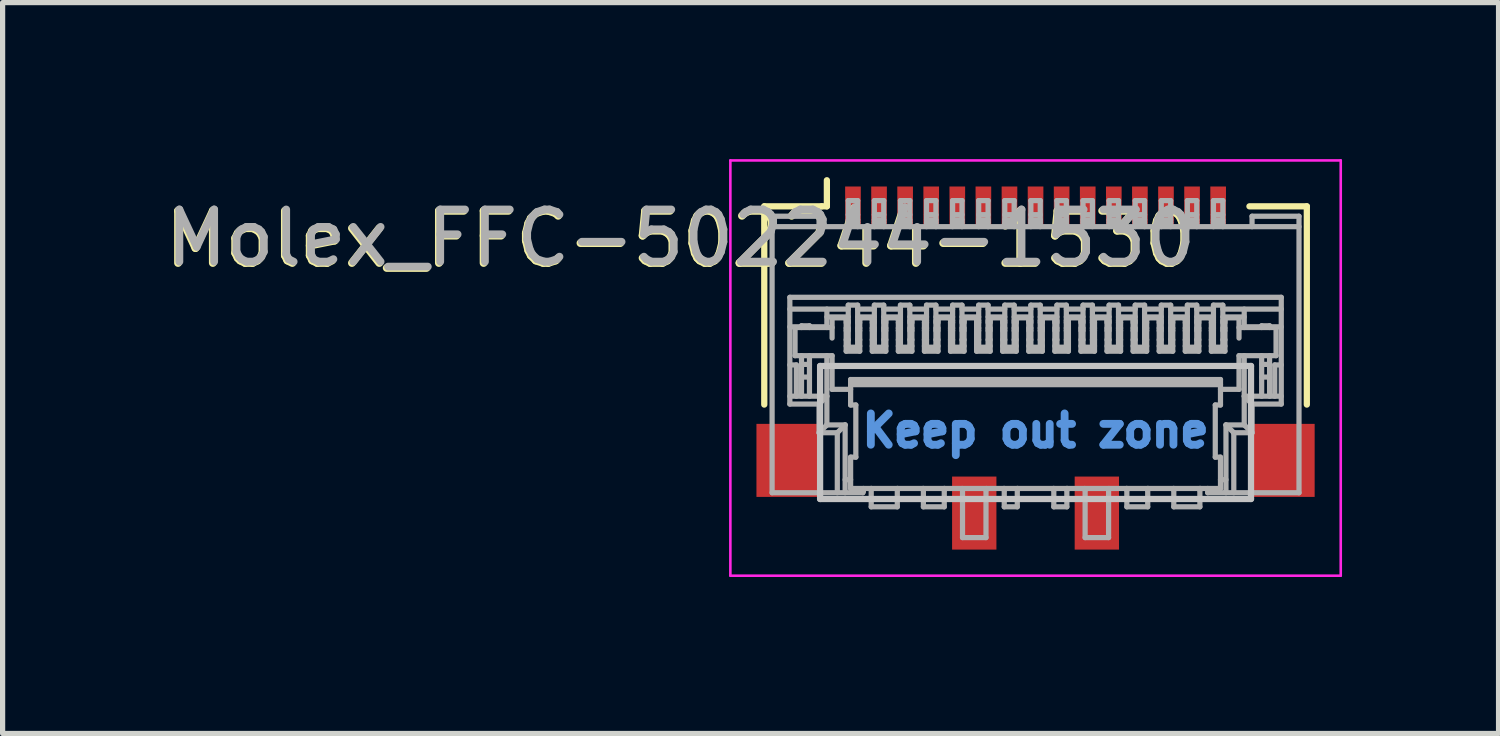
<source format=kicad_pcb>
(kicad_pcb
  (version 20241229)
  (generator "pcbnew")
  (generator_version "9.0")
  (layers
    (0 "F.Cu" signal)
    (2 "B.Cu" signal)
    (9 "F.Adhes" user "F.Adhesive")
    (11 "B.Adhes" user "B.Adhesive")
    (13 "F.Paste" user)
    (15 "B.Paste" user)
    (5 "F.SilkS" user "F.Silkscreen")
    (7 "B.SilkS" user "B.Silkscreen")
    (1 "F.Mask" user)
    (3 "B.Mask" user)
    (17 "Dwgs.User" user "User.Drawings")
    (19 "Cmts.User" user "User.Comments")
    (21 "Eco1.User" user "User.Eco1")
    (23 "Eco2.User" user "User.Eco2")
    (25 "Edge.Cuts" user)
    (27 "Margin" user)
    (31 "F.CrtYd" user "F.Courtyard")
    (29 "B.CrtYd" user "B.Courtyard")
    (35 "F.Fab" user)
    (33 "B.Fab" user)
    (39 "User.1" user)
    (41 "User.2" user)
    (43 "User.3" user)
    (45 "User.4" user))
  (footprint "Molex_FFC-502244-1530"
    (layer "F.Cu")
    (at 16.8 4.005)
    (property "Reference" "Molex_FFC-502244-1530" (at -6.818 -2.469 0) (layer "F.SilkS") (effects (font (size 1 1) (thickness 0.15))))
    (attr smd)
    (fp_line (start -5.2 -3.1) (end -4.1 -3.1) (stroke (width 0.12) (type solid)) (layer "F.SilkS"))
    (fp_line (start -5.2 -3) (end -5.2 -3.1) (stroke (width 0.12) (type solid)) (layer "F.SilkS"))
    (fp_line (start -5.2 0.7) (end -5.2 -3) (stroke (width 0.12) (type solid)) (layer "F.SilkS"))
    (fp_line (start -4.1 -3.1) (end -4 -3.1) (stroke (width 0.12) (type solid)) (layer "F.SilkS"))
    (fp_line (start -4 -3.1) (end -4 -3.6) (stroke (width 0.12) (type solid)) (layer "F.SilkS"))
    (fp_line (start 4.1 -3.1) (end 5.2 -3.1) (stroke (width 0.12) (type solid)) (layer "F.SilkS"))
    (fp_line (start 5.2 -3.1) (end 5.2 0.7) (stroke (width 0.12) (type solid)) (layer "F.SilkS"))
    (fp_line (start -4.13 -0.04) (end 4.13 -0.04) (stroke (width 0.12) (type solid)) (layer "Dwgs.User"))
    (fp_line (start -4.13 2.51) (end -4.13 -0.04) (stroke (width 0.12) (type solid)) (layer "Dwgs.User"))
    (fp_line (start 4.13 -0.04) (end 4.13 2.51) (stroke (width 0.12) (type solid)) (layer "Dwgs.User"))
    (fp_line (start 4.13 2.51) (end -4.13 2.51) (stroke (width 0.12) (type solid)) (layer "Dwgs.User"))
    (fp_line (start -5.85 -3.98) (end 5.85 -3.98) (stroke (width 0.05) (type solid)) (layer "F.CrtYd"))
    (fp_line (start -5.85 3.98) (end -5.85 -3.98) (stroke (width 0.05) (type solid)) (layer "F.CrtYd"))
    (fp_line (start 5.85 -3.98) (end 5.85 3.98) (stroke (width 0.05) (type solid)) (layer "F.CrtYd"))
    (fp_line (start 5.85 3.98) (end -5.85 3.98) (stroke (width 0.05) (type solid)) (layer "F.CrtYd"))
    (fp_line (start -5.05 -2.91) (end -5.05 2.39) (stroke (width 0.1) (type solid)) (layer "F.Fab"))
    (fp_line (start -5.05 2.39) (end -3.31 2.39) (stroke (width 0.1) (type solid)) (layer "F.Fab"))
    (fp_line (start -4.71 -1.356) (end 4.71 -1.356) (stroke (width 0.1) (type solid)) (layer "F.Fab"))
    (fp_line (start -4.71 0.54) (end -4 0.54) (stroke (width 0.1) (type solid)) (layer "F.Fab"))
    (fp_line (start -4.71 0.69) (end -4.71 -1.356) (stroke (width 0.1) (type solid)) (layer "F.Fab"))
    (fp_line (start -4.61 -0.777) (end -4.61 -0.237) (stroke (width 0.1) (type solid)) (layer "F.Fab"))
    (fp_line (start -4.61 -0.237) (end -3.9 -0.237) (stroke (width 0.1) (type solid)) (layer "F.Fab"))
    (fp_line (start -4.585 -0.06) (end -4.71 -0.06) (stroke (width 0.1) (type solid)) (layer "F.Fab"))
    (fp_line (start -4.585 0.54) (end -4.585 -0.06) (stroke (width 0.1) (type solid)) (layer "F.Fab"))
    (fp_line (start -4.486 -0.81) (end -4.486 -0.777) (stroke (width 0.1) (type solid)) (layer "F.Fab"))
    (fp_line (start -4.486 -0.79) (end -4.71 -0.79) (stroke (width 0.1) (type solid)) (layer "F.Fab"))
    (fp_line (start -4.486 -0.237) (end -4.486 0.54) (stroke (width 0.1) (type solid)) (layer "F.Fab"))
    (fp_line (start -4.334 -0.81) (end -4.486 -0.81) (stroke (width 0.1) (type solid)) (layer "F.Fab"))
    (fp_line (start -4.334 -0.777) (end -4.334 -0.81) (stroke (width 0.1) (type solid)) (layer "F.Fab"))
    (fp_line (start -4.334 -0.07) (end -4.486 -0.07) (stroke (width 0.1) (type solid)) (layer "F.Fab"))
    (fp_line (start -4.334 0.173) (end -4.486 0.173) (stroke (width 0.1) (type solid)) (layer "F.Fab"))
    (fp_line (start -4.334 0.54) (end -4.334 -0.237) (stroke (width 0.1) (type solid)) (layer "F.Fab"))
    (fp_line (start -4.15 -2.91) (end -5.05 -2.91) (stroke (width 0.1) (type solid)) (layer "F.Fab"))
    (fp_line (start -4.15 -2.71) (end -4.15 -2.91) (stroke (width 0.1) (type solid)) (layer "F.Fab"))
    (fp_line (start -4.15 0.69) (end -4.71 0.69) (stroke (width 0.1) (type solid)) (layer "F.Fab"))
    (fp_line (start -4.15 1.24) (end -4.15 0.69) (stroke (width 0.1) (type solid)) (layer "F.Fab"))
    (fp_line (start -4.15 1.24) (end -4 1.09) (stroke (width 0.1) (type solid)) (layer "F.Fab"))
    (fp_line (start -4 -1.13) (end -4 -0.777) (stroke (width 0.1) (type solid)) (layer "F.Fab"))
    (fp_line (start -4 -0.79) (end -4.334 -0.79) (stroke (width 0.1) (type solid)) (layer "F.Fab"))
    (fp_line (start -4 -0.237) (end -4 1.09) (stroke (width 0.1) (type solid)) (layer "F.Fab"))
    (fp_line (start -4 0.54) (end -4.15 0.69) (stroke (width 0.1) (type solid)) (layer "F.Fab"))
    (fp_line (start -3.9 -0.962) (end -3.9 -0.575) (stroke (width 0.1) (type solid)) (layer "F.Fab"))
    (fp_line (start -3.9 -0.777) (end -4.61 -0.777) (stroke (width 0.1) (type solid)) (layer "F.Fab"))
    (fp_line (start -3.9 -0.237) (end -3.9 0.408) (stroke (width 0.1) (type solid)) (layer "F.Fab"))
    (fp_line (start -3.9 0.408) (end -3.545 0.408) (stroke (width 0.1) (type solid)) (layer "F.Fab"))
    (fp_line (start -3.8 1.24) (end -4.15 1.24) (stroke (width 0.1) (type solid)) (layer "F.Fab"))
    (fp_line (start -3.8 1.24) (end -3.65 1.09) (stroke (width 0.1) (type solid)) (layer "F.Fab"))
    (fp_line (start -3.8 2.39) (end -3.8 1.24) (stroke (width 0.1) (type solid)) (layer "F.Fab"))
    (fp_line (start -3.65 1.09) (end -4 1.09) (stroke (width 0.1) (type solid)) (layer "F.Fab"))
    (fp_line (start -3.65 2.14) (end -3.545 2.14) (stroke (width 0.1) (type solid)) (layer "F.Fab"))
    (fp_line (start -3.65 2.39) (end -3.65 1.09) (stroke (width 0.1) (type solid)) (layer "F.Fab"))
    (fp_line (start -3.63 -0.962) (end -3.9 -0.962) (stroke (width 0.1) (type solid)) (layer "F.Fab"))
    (fp_line (start -3.63 -0.962) (end -3.63 -0.909) (stroke (width 0.1) (type solid)) (layer "F.Fab"))
    (fp_line (start -3.63 -0.872) (end -3.63 -0.323) (stroke (width 0.1) (type solid)) (layer "F.Fab"))
    (fp_line (start -3.63 -0.872) (end -3.59 -0.872) (stroke (width 0.1) (type solid)) (layer "F.Fab"))
    (fp_line (start -3.63 -0.766) (end -3.59 -0.766) (stroke (width 0.1) (type solid)) (layer "F.Fab"))
    (fp_line (start -3.63 -0.542) (end -3.59 -0.542) (stroke (width 0.1) (type solid)) (layer "F.Fab"))
    (fp_line (start -3.59 -3.21) (end -3.59 -2.71) (stroke (width 0.1) (type solid)) (layer "F.Fab"))
    (fp_line (start -3.59 -2.84) (end -3.41 -2.84) (stroke (width 0.1) (type solid)) (layer "F.Fab"))
    (fp_line (start -3.59 -1.206) (end -3.59 -0.4) (stroke (width 0.1) (type solid)) (layer "F.Fab"))
    (fp_line (start -3.59 -1.13) (end -4.71 -1.13) (stroke (width 0.1) (type solid)) (layer "F.Fab"))
    (fp_line (start -3.59 -0.98) (end -4 -0.98) (stroke (width 0.1) (type solid)) (layer "F.Fab"))
    (fp_line (start -3.59 -0.909) (end -3.63 -0.909) (stroke (width 0.1) (type solid)) (layer "F.Fab"))
    (fp_line (start -3.59 -0.719) (end -3.63 -0.719) (stroke (width 0.1) (type solid)) (layer "F.Fab"))
    (fp_line (start -3.59 -0.422) (end -3.63 -0.422) (stroke (width 0.1) (type solid)) (layer "F.Fab"))
    (fp_line (start -3.59 -0.4) (end -3.41 -0.4) (stroke (width 0.1) (type solid)) (layer "F.Fab"))
    (fp_line (start -3.545 0.22) (end -3.545 0.708) (stroke (width 0.1) (type solid)) (layer "F.Fab"))
    (fp_line (start -3.545 0.22) (end 3.545 0.22) (stroke (width 0.1) (type solid)) (layer "F.Fab"))
    (fp_line (start -3.545 0.318) (end 3.545 0.318) (stroke (width 0.1) (type solid)) (layer "F.Fab"))
    (fp_line (start -3.545 0.708) (end -3.445 0.708) (stroke (width 0.1) (type solid)) (layer "F.Fab"))
    (fp_line (start -3.545 1.708) (end -3.545 2.308) (stroke (width 0.1) (type solid)) (layer "F.Fab"))
    (fp_line (start -3.545 2.308) (end 3.545 2.308) (stroke (width 0.1) (type solid)) (layer "F.Fab"))
    (fp_line (start -3.445 0.708) (end -3.445 1.708) (stroke (width 0.1) (type solid)) (layer "F.Fab"))
    (fp_line (start -3.445 1.708) (end -3.545 1.708) (stroke (width 0.1) (type solid)) (layer "F.Fab"))
    (fp_line (start -3.41 -3.21) (end -3.59 -3.21) (stroke (width 0.1) (type solid)) (layer "F.Fab"))
    (fp_line (start -3.41 -3.21) (end -3.41 -2.71) (stroke (width 0.1) (type solid)) (layer "F.Fab"))
    (fp_line (start -3.41 -2.94) (end -3.59 -2.94) (stroke (width 0.1) (type solid)) (layer "F.Fab"))
    (fp_line (start -3.41 -2.79) (end -3.59 -2.79) (stroke (width 0.1) (type solid)) (layer "F.Fab"))
    (fp_line (start -3.41 -1.206) (end -3.59 -1.206) (stroke (width 0.1) (type solid)) (layer "F.Fab"))
    (fp_line (start -3.41 -1.13) (end -3.09 -1.13) (stroke (width 0.1) (type solid)) (layer "F.Fab"))
    (fp_line (start -3.41 -0.872) (end -3.37 -0.872) (stroke (width 0.1) (type solid)) (layer "F.Fab"))
    (fp_line (start -3.41 -0.766) (end -3.37 -0.766) (stroke (width 0.1) (type solid)) (layer "F.Fab"))
    (fp_line (start -3.41 -0.542) (end -3.37 -0.542) (stroke (width 0.1) (type solid)) (layer "F.Fab"))
    (fp_line (start -3.41 -0.4) (end -3.41 -1.206) (stroke (width 0.1) (type solid)) (layer "F.Fab"))
    (fp_line (start -3.37 -0.962) (end -3.37 -0.909) (stroke (width 0.1) (type solid)) (layer "F.Fab"))
    (fp_line (start -3.37 -0.909) (end -3.41 -0.909) (stroke (width 0.1) (type solid)) (layer "F.Fab"))
    (fp_line (start -3.37 -0.872) (end -3.37 -0.323) (stroke (width 0.1) (type solid)) (layer "F.Fab"))
    (fp_line (start -3.37 -0.719) (end -3.41 -0.719) (stroke (width 0.1) (type solid)) (layer "F.Fab"))
    (fp_line (start -3.37 -0.422) (end -3.41 -0.422) (stroke (width 0.1) (type solid)) (layer "F.Fab"))
    (fp_line (start -3.37 -0.323) (end -3.63 -0.323) (stroke (width 0.1) (type solid)) (layer "F.Fab"))
    (fp_line (start -3.3 2.359) (end -3.31 2.39) (stroke (width 0.1) (type solid)) (layer "F.Fab"))
    (fp_line (start -3.3 2.359) (end -3.3 2.308) (stroke (width 0.1) (type solid)) (layer "F.Fab"))
    (fp_line (start -3.15 2.66) (end -3.15 2.308) (stroke (width 0.1) (type solid)) (layer "F.Fab"))
    (fp_line (start -3.15 2.66) (end -2.65 2.66) (stroke (width 0.1) (type solid)) (layer "F.Fab"))
    (fp_line (start -3.13 -0.962) (end -3.37 -0.962) (stroke (width 0.1) (type solid)) (layer "F.Fab"))
    (fp_line (start -3.13 -0.962) (end -3.13 -0.909) (stroke (width 0.1) (type solid)) (layer "F.Fab"))
    (fp_line (start -3.13 -0.872) (end -3.09 -0.872) (stroke (width 0.1) (type solid)) (layer "F.Fab"))
    (fp_line (start -3.13 -0.766) (end -3.09 -0.766) (stroke (width 0.1) (type solid)) (layer "F.Fab"))
    (fp_line (start -3.13 -0.542) (end -3.09 -0.542) (stroke (width 0.1) (type solid)) (layer "F.Fab"))
    (fp_line (start -3.13 -0.323) (end -3.13 -0.872) (stroke (width 0.1) (type solid)) (layer "F.Fab"))
    (fp_line (start -3.09 -3.21) (end -3.09 -2.71) (stroke (width 0.1) (type solid)) (layer "F.Fab"))
    (fp_line (start -3.09 -2.84) (end -2.91 -2.84) (stroke (width 0.1) (type solid)) (layer "F.Fab"))
    (fp_line (start -3.09 -1.206) (end -3.09 -0.4) (stroke (width 0.1) (type solid)) (layer "F.Fab"))
    (fp_line (start -3.09 -0.98) (end -3.41 -0.98) (stroke (width 0.1) (type solid)) (layer "F.Fab"))
    (fp_line (start -3.09 -0.909) (end -3.13 -0.909) (stroke (width 0.1) (type solid)) (layer "F.Fab"))
    (fp_line (start -3.09 -0.719) (end -3.13 -0.719) (stroke (width 0.1) (type solid)) (layer "F.Fab"))
    (fp_line (start -3.09 -0.422) (end -3.13 -0.422) (stroke (width 0.1) (type solid)) (layer "F.Fab"))
    (fp_line (start -3.09 -0.4) (end -2.91 -0.4) (stroke (width 0.1) (type solid)) (layer "F.Fab"))
    (fp_line (start -2.91 -3.21) (end -3.09 -3.21) (stroke (width 0.1) (type solid)) (layer "F.Fab"))
    (fp_line (start -2.91 -3.21) (end -2.91 -2.71) (stroke (width 0.1) (type solid)) (layer "F.Fab"))
    (fp_line (start -2.91 -2.94) (end -3.09 -2.94) (stroke (width 0.1) (type solid)) (layer "F.Fab"))
    (fp_line (start -2.91 -2.79) (end -3.09 -2.79) (stroke (width 0.1) (type solid)) (layer "F.Fab"))
    (fp_line (start -2.91 -1.206) (end -3.09 -1.206) (stroke (width 0.1) (type solid)) (layer "F.Fab"))
    (fp_line (start -2.91 -1.13) (end -2.59 -1.13) (stroke (width 0.1) (type solid)) (layer "F.Fab"))
    (fp_line (start -2.91 -0.872) (end -2.87 -0.872) (stroke (width 0.1) (type solid)) (layer "F.Fab"))
    (fp_line (start -2.91 -0.766) (end -2.87 -0.766) (stroke (width 0.1) (type solid)) (layer "F.Fab"))
    (fp_line (start -2.91 -0.542) (end -2.87 -0.542) (stroke (width 0.1) (type solid)) (layer "F.Fab"))
    (fp_line (start -2.91 -0.4) (end -2.91 -1.206) (stroke (width 0.1) (type solid)) (layer "F.Fab"))
    (fp_line (start -2.87 -0.962) (end -2.87 -0.909) (stroke (width 0.1) (type solid)) (layer "F.Fab"))
    (fp_line (start -2.87 -0.909) (end -2.91 -0.909) (stroke (width 0.1) (type solid)) (layer "F.Fab"))
    (fp_line (start -2.87 -0.872) (end -2.87 -0.323) (stroke (width 0.1) (type solid)) (layer "F.Fab"))
    (fp_line (start -2.87 -0.719) (end -2.91 -0.719) (stroke (width 0.1) (type solid)) (layer "F.Fab"))
    (fp_line (start -2.87 -0.422) (end -2.91 -0.422) (stroke (width 0.1) (type solid)) (layer "F.Fab"))
    (fp_line (start -2.87 -0.323) (end -3.13 -0.323) (stroke (width 0.1) (type solid)) (layer "F.Fab"))
    (fp_line (start -2.65 2.66) (end -2.65 2.308) (stroke (width 0.1) (type solid)) (layer "F.Fab"))
    (fp_line (start -2.63 -0.962) (end -2.87 -0.962) (stroke (width 0.1) (type solid)) (layer "F.Fab"))
    (fp_line (start -2.63 -0.962) (end -2.63 -0.909) (stroke (width 0.1) (type solid)) (layer "F.Fab"))
    (fp_line (start -2.63 -0.872) (end -2.59 -0.872) (stroke (width 0.1) (type solid)) (layer "F.Fab"))
    (fp_line (start -2.63 -0.766) (end -2.59 -0.766) (stroke (width 0.1) (type solid)) (layer "F.Fab"))
    (fp_line (start -2.63 -0.542) (end -2.59 -0.542) (stroke (width 0.1) (type solid)) (layer "F.Fab"))
    (fp_line (start -2.63 -0.323) (end -2.63 -0.872) (stroke (width 0.1) (type solid)) (layer "F.Fab"))
    (fp_line (start -2.59 -3.21) (end -2.59 -2.71) (stroke (width 0.1) (type solid)) (layer "F.Fab"))
    (fp_line (start -2.59 -2.84) (end -2.41 -2.84) (stroke (width 0.1) (type solid)) (layer "F.Fab"))
    (fp_line (start -2.59 -1.206) (end -2.59 -0.4) (stroke (width 0.1) (type solid)) (layer "F.Fab"))
    (fp_line (start -2.59 -0.98) (end -2.91 -0.98) (stroke (width 0.1) (type solid)) (layer "F.Fab"))
    (fp_line (start -2.59 -0.909) (end -2.63 -0.909) (stroke (width 0.1) (type solid)) (layer "F.Fab"))
    (fp_line (start -2.59 -0.719) (end -2.63 -0.719) (stroke (width 0.1) (type solid)) (layer "F.Fab"))
    (fp_line (start -2.59 -0.422) (end -2.63 -0.422) (stroke (width 0.1) (type solid)) (layer "F.Fab"))
    (fp_line (start -2.59 -0.4) (end -2.41 -0.4) (stroke (width 0.1) (type solid)) (layer "F.Fab"))
    (fp_line (start -2.41 -3.21) (end -2.59 -3.21) (stroke (width 0.1) (type solid)) (layer "F.Fab"))
    (fp_line (start -2.41 -3.21) (end -2.41 -2.71) (stroke (width 0.1) (type solid)) (layer "F.Fab"))
    (fp_line (start -2.41 -2.94) (end -2.59 -2.94) (stroke (width 0.1) (type solid)) (layer "F.Fab"))
    (fp_line (start -2.41 -2.79) (end -2.59 -2.79) (stroke (width 0.1) (type solid)) (layer "F.Fab"))
    (fp_line (start -2.41 -1.206) (end -2.59 -1.206) (stroke (width 0.1) (type solid)) (layer "F.Fab"))
    (fp_line (start -2.41 -1.13) (end -2.09 -1.13) (stroke (width 0.1) (type solid)) (layer "F.Fab"))
    (fp_line (start -2.41 -0.872) (end -2.37 -0.872) (stroke (width 0.1) (type solid)) (layer "F.Fab"))
    (fp_line (start -2.41 -0.766) (end -2.37 -0.766) (stroke (width 0.1) (type solid)) (layer "F.Fab"))
    (fp_line (start -2.41 -0.542) (end -2.37 -0.542) (stroke (width 0.1) (type solid)) (layer "F.Fab"))
    (fp_line (start -2.41 -0.4) (end -2.41 -1.206) (stroke (width 0.1) (type solid)) (layer "F.Fab"))
    (fp_line (start -2.37 -0.962) (end -2.37 -0.909) (stroke (width 0.1) (type solid)) (layer "F.Fab"))
    (fp_line (start -2.37 -0.909) (end -2.41 -0.909) (stroke (width 0.1) (type solid)) (layer "F.Fab"))
    (fp_line (start -2.37 -0.872) (end -2.37 -0.323) (stroke (width 0.1) (type solid)) (layer "F.Fab"))
    (fp_line (start -2.37 -0.719) (end -2.41 -0.719) (stroke (width 0.1) (type solid)) (layer "F.Fab"))
    (fp_line (start -2.37 -0.422) (end -2.41 -0.422) (stroke (width 0.1) (type solid)) (layer "F.Fab"))
    (fp_line (start -2.37 -0.323) (end -2.63 -0.323) (stroke (width 0.1) (type solid)) (layer "F.Fab"))
    (fp_line (start -2.15 2.66) (end -2.15 2.308) (stroke (width 0.1) (type solid)) (layer "F.Fab"))
    (fp_line (start -2.15 2.66) (end -1.75 2.66) (stroke (width 0.1) (type solid)) (layer "F.Fab"))
    (fp_line (start -2.13 -0.962) (end -2.37 -0.962) (stroke (width 0.1) (type solid)) (layer "F.Fab"))
    (fp_line (start -2.13 -0.962) (end -2.13 -0.909) (stroke (width 0.1) (type solid)) (layer "F.Fab"))
    (fp_line (start -2.13 -0.872) (end -2.09 -0.872) (stroke (width 0.1) (type solid)) (layer "F.Fab"))
    (fp_line (start -2.13 -0.766) (end -2.09 -0.766) (stroke (width 0.1) (type solid)) (layer "F.Fab"))
    (fp_line (start -2.13 -0.542) (end -2.09 -0.542) (stroke (width 0.1) (type solid)) (layer "F.Fab"))
    (fp_line (start -2.13 -0.323) (end -2.13 -0.872) (stroke (width 0.1) (type solid)) (layer "F.Fab"))
    (fp_line (start -2.09 -3.21) (end -2.09 -2.71) (stroke (width 0.1) (type solid)) (layer "F.Fab"))
    (fp_line (start -2.09 -2.84) (end -1.91 -2.84) (stroke (width 0.1) (type solid)) (layer "F.Fab"))
    (fp_line (start -2.09 -1.206) (end -2.09 -0.4) (stroke (width 0.1) (type solid)) (layer "F.Fab"))
    (fp_line (start -2.09 -0.98) (end -2.41 -0.98) (stroke (width 0.1) (type solid)) (layer "F.Fab"))
    (fp_line (start -2.09 -0.909) (end -2.13 -0.909) (stroke (width 0.1) (type solid)) (layer "F.Fab"))
    (fp_line (start -2.09 -0.719) (end -2.13 -0.719) (stroke (width 0.1) (type solid)) (layer "F.Fab"))
    (fp_line (start -2.09 -0.422) (end -2.13 -0.422) (stroke (width 0.1) (type solid)) (layer "F.Fab"))
    (fp_line (start -2.09 -0.4) (end -1.91 -0.4) (stroke (width 0.1) (type solid)) (layer "F.Fab"))
    (fp_line (start -1.91 -3.21) (end -2.09 -3.21) (stroke (width 0.1) (type solid)) (layer "F.Fab"))
    (fp_line (start -1.91 -3.21) (end -1.91 -2.71) (stroke (width 0.1) (type solid)) (layer "F.Fab"))
    (fp_line (start -1.91 -2.94) (end -2.09 -2.94) (stroke (width 0.1) (type solid)) (layer "F.Fab"))
    (fp_line (start -1.91 -2.79) (end -2.09 -2.79) (stroke (width 0.1) (type solid)) (layer "F.Fab"))
    (fp_line (start -1.91 -1.206) (end -2.09 -1.206) (stroke (width 0.1) (type solid)) (layer "F.Fab"))
    (fp_line (start -1.91 -1.13) (end -1.59 -1.13) (stroke (width 0.1) (type solid)) (layer "F.Fab"))
    (fp_line (start -1.91 -0.872) (end -1.87 -0.872) (stroke (width 0.1) (type solid)) (layer "F.Fab"))
    (fp_line (start -1.91 -0.766) (end -1.87 -0.766) (stroke (width 0.1) (type solid)) (layer "F.Fab"))
    (fp_line (start -1.91 -0.542) (end -1.87 -0.542) (stroke (width 0.1) (type solid)) (layer "F.Fab"))
    (fp_line (start -1.91 -0.4) (end -1.91 -1.206) (stroke (width 0.1) (type solid)) (layer "F.Fab"))
    (fp_line (start -1.87 -0.962) (end -1.87 -0.909) (stroke (width 0.1) (type solid)) (layer "F.Fab"))
    (fp_line (start -1.87 -0.909) (end -1.91 -0.909) (stroke (width 0.1) (type solid)) (layer "F.Fab"))
    (fp_line (start -1.87 -0.872) (end -1.87 -0.323) (stroke (width 0.1) (type solid)) (layer "F.Fab"))
    (fp_line (start -1.87 -0.719) (end -1.91 -0.719) (stroke (width 0.1) (type solid)) (layer "F.Fab"))
    (fp_line (start -1.87 -0.422) (end -1.91 -0.422) (stroke (width 0.1) (type solid)) (layer "F.Fab"))
    (fp_line (start -1.87 -0.323) (end -2.13 -0.323) (stroke (width 0.1) (type solid)) (layer "F.Fab"))
    (fp_line (start -1.75 2.66) (end -1.75 2.308) (stroke (width 0.1) (type solid)) (layer "F.Fab"))
    (fp_line (start -1.63 -0.962) (end -1.87 -0.962) (stroke (width 0.1) (type solid)) (layer "F.Fab"))
    (fp_line (start -1.63 -0.962) (end -1.63 -0.909) (stroke (width 0.1) (type solid)) (layer "F.Fab"))
    (fp_line (start -1.63 -0.872) (end -1.59 -0.872) (stroke (width 0.1) (type solid)) (layer "F.Fab"))
    (fp_line (start -1.63 -0.766) (end -1.59 -0.766) (stroke (width 0.1) (type solid)) (layer "F.Fab"))
    (fp_line (start -1.63 -0.542) (end -1.59 -0.542) (stroke (width 0.1) (type solid)) (layer "F.Fab"))
    (fp_line (start -1.63 -0.323) (end -1.63 -0.872) (stroke (width 0.1) (type solid)) (layer "F.Fab"))
    (fp_line (start -1.59 -3.21) (end -1.59 -2.71) (stroke (width 0.1) (type solid)) (layer "F.Fab"))
    (fp_line (start -1.59 -2.84) (end -1.41 -2.84) (stroke (width 0.1) (type solid)) (layer "F.Fab"))
    (fp_line (start -1.59 -1.206) (end -1.59 -0.4) (stroke (width 0.1) (type solid)) (layer "F.Fab"))
    (fp_line (start -1.59 -0.98) (end -1.91 -0.98) (stroke (width 0.1) (type solid)) (layer "F.Fab"))
    (fp_line (start -1.59 -0.909) (end -1.63 -0.909) (stroke (width 0.1) (type solid)) (layer "F.Fab"))
    (fp_line (start -1.59 -0.719) (end -1.63 -0.719) (stroke (width 0.1) (type solid)) (layer "F.Fab"))
    (fp_line (start -1.59 -0.422) (end -1.63 -0.422) (stroke (width 0.1) (type solid)) (layer "F.Fab"))
    (fp_line (start -1.59 -0.4) (end -1.41 -0.4) (stroke (width 0.1) (type solid)) (layer "F.Fab"))
    (fp_line (start -1.41 -3.21) (end -1.59 -3.21) (stroke (width 0.1) (type solid)) (layer "F.Fab"))
    (fp_line (start -1.41 -3.21) (end -1.41 -2.71) (stroke (width 0.1) (type solid)) (layer "F.Fab"))
    (fp_line (start -1.41 -2.94) (end -1.59 -2.94) (stroke (width 0.1) (type solid)) (layer "F.Fab"))
    (fp_line (start -1.41 -2.79) (end -1.59 -2.79) (stroke (width 0.1) (type solid)) (layer "F.Fab"))
    (fp_line (start -1.41 -1.206) (end -1.59 -1.206) (stroke (width 0.1) (type solid)) (layer "F.Fab"))
    (fp_line (start -1.41 -1.13) (end -1.09 -1.13) (stroke (width 0.1) (type solid)) (layer "F.Fab"))
    (fp_line (start -1.41 -0.872) (end -1.37 -0.872) (stroke (width 0.1) (type solid)) (layer "F.Fab"))
    (fp_line (start -1.41 -0.766) (end -1.37 -0.766) (stroke (width 0.1) (type solid)) (layer "F.Fab"))
    (fp_line (start -1.41 -0.542) (end -1.37 -0.542) (stroke (width 0.1) (type solid)) (layer "F.Fab"))
    (fp_line (start -1.41 -0.4) (end -1.41 -1.206) (stroke (width 0.1) (type solid)) (layer "F.Fab"))
    (fp_line (start -1.4 3.25) (end -1.4 2.34) (stroke (width 0.1) (type solid)) (layer "F.Fab"))
    (fp_line (start -1.4 3.25) (end -0.95 3.25) (stroke (width 0.1) (type solid)) (layer "F.Fab"))
    (fp_line (start -1.37 -0.962) (end -1.37 -0.909) (stroke (width 0.1) (type solid)) (layer "F.Fab"))
    (fp_line (start -1.37 -0.909) (end -1.41 -0.909) (stroke (width 0.1) (type solid)) (layer "F.Fab"))
    (fp_line (start -1.37 -0.872) (end -1.37 -0.323) (stroke (width 0.1) (type solid)) (layer "F.Fab"))
    (fp_line (start -1.37 -0.719) (end -1.41 -0.719) (stroke (width 0.1) (type solid)) (layer "F.Fab"))
    (fp_line (start -1.37 -0.422) (end -1.41 -0.422) (stroke (width 0.1) (type solid)) (layer "F.Fab"))
    (fp_line (start -1.37 -0.323) (end -1.63 -0.323) (stroke (width 0.1) (type solid)) (layer "F.Fab"))
    (fp_line (start -1.13 -0.962) (end -1.37 -0.962) (stroke (width 0.1) (type solid)) (layer "F.Fab"))
    (fp_line (start -1.13 -0.962) (end -1.13 -0.909) (stroke (width 0.1) (type solid)) (layer "F.Fab"))
    (fp_line (start -1.13 -0.872) (end -1.09 -0.872) (stroke (width 0.1) (type solid)) (layer "F.Fab"))
    (fp_line (start -1.13 -0.766) (end -1.09 -0.766) (stroke (width 0.1) (type solid)) (layer "F.Fab"))
    (fp_line (start -1.13 -0.542) (end -1.09 -0.542) (stroke (width 0.1) (type solid)) (layer "F.Fab"))
    (fp_line (start -1.13 -0.323) (end -1.13 -0.872) (stroke (width 0.1) (type solid)) (layer "F.Fab"))
    (fp_line (start -1.09 -3.21) (end -1.09 -2.71) (stroke (width 0.1) (type solid)) (layer "F.Fab"))
    (fp_line (start -1.09 -2.84) (end -0.91 -2.84) (stroke (width 0.1) (type solid)) (layer "F.Fab"))
    (fp_line (start -1.09 -1.206) (end -1.09 -0.4) (stroke (width 0.1) (type solid)) (layer "F.Fab"))
    (fp_line (start -1.09 -0.98) (end -1.41 -0.98) (stroke (width 0.1) (type solid)) (layer "F.Fab"))
    (fp_line (start -1.09 -0.909) (end -1.13 -0.909) (stroke (width 0.1) (type solid)) (layer "F.Fab"))
    (fp_line (start -1.09 -0.719) (end -1.13 -0.719) (stroke (width 0.1) (type solid)) (layer "F.Fab"))
    (fp_line (start -1.09 -0.422) (end -1.13 -0.422) (stroke (width 0.1) (type solid)) (layer "F.Fab"))
    (fp_line (start -1.09 -0.4) (end -0.91 -0.4) (stroke (width 0.1) (type solid)) (layer "F.Fab"))
    (fp_line (start -0.95 2.34) (end -0.95 3.25) (stroke (width 0.1) (type solid)) (layer "F.Fab"))
    (fp_line (start -0.91 -3.21) (end -1.09 -3.21) (stroke (width 0.1) (type solid)) (layer "F.Fab"))
    (fp_line (start -0.91 -3.21) (end -0.91 -2.71) (stroke (width 0.1) (type solid)) (layer "F.Fab"))
    (fp_line (start -0.91 -2.94) (end -1.09 -2.94) (stroke (width 0.1) (type solid)) (layer "F.Fab"))
    (fp_line (start -0.91 -2.79) (end -1.09 -2.79) (stroke (width 0.1) (type solid)) (layer "F.Fab"))
    (fp_line (start -0.91 -1.206) (end -1.09 -1.206) (stroke (width 0.1) (type solid)) (layer "F.Fab"))
    (fp_line (start -0.91 -1.13) (end -0.59 -1.13) (stroke (width 0.1) (type solid)) (layer "F.Fab"))
    (fp_line (start -0.91 -0.872) (end -0.87 -0.872) (stroke (width 0.1) (type solid)) (layer "F.Fab"))
    (fp_line (start -0.91 -0.766) (end -0.87 -0.766) (stroke (width 0.1) (type solid)) (layer "F.Fab"))
    (fp_line (start -0.91 -0.542) (end -0.87 -0.542) (stroke (width 0.1) (type solid)) (layer "F.Fab"))
    (fp_line (start -0.91 -0.4) (end -0.91 -1.206) (stroke (width 0.1) (type solid)) (layer "F.Fab"))
    (fp_line (start -0.87 -0.962) (end -0.87 -0.909) (stroke (width 0.1) (type solid)) (layer "F.Fab"))
    (fp_line (start -0.87 -0.909) (end -0.91 -0.909) (stroke (width 0.1) (type solid)) (layer "F.Fab"))
    (fp_line (start -0.87 -0.872) (end -0.87 -0.323) (stroke (width 0.1) (type solid)) (layer "F.Fab"))
    (fp_line (start -0.87 -0.719) (end -0.91 -0.719) (stroke (width 0.1) (type solid)) (layer "F.Fab"))
    (fp_line (start -0.87 -0.422) (end -0.91 -0.422) (stroke (width 0.1) (type solid)) (layer "F.Fab"))
    (fp_line (start -0.87 -0.323) (end -1.13 -0.323) (stroke (width 0.1) (type solid)) (layer "F.Fab"))
    (fp_line (start -0.63 -0.962) (end -0.87 -0.962) (stroke (width 0.1) (type solid)) (layer "F.Fab"))
    (fp_line (start -0.63 -0.962) (end -0.63 -0.909) (stroke (width 0.1) (type solid)) (layer "F.Fab"))
    (fp_line (start -0.63 -0.872) (end -0.59 -0.872) (stroke (width 0.1) (type solid)) (layer "F.Fab"))
    (fp_line (start -0.63 -0.766) (end -0.59 -0.766) (stroke (width 0.1) (type solid)) (layer "F.Fab"))
    (fp_line (start -0.63 -0.542) (end -0.59 -0.542) (stroke (width 0.1) (type solid)) (layer "F.Fab"))
    (fp_line (start -0.63 -0.323) (end -0.63 -0.872) (stroke (width 0.1) (type solid)) (layer "F.Fab"))
    (fp_line (start -0.6 2.66) (end -0.6 2.308) (stroke (width 0.1) (type solid)) (layer "F.Fab"))
    (fp_line (start -0.6 2.66) (end -0.35 2.66) (stroke (width 0.1) (type solid)) (layer "F.Fab"))
    (fp_line (start -0.59 -3.21) (end -0.59 -2.71) (stroke (width 0.1) (type solid)) (layer "F.Fab"))
    (fp_line (start -0.59 -2.84) (end -0.41 -2.84) (stroke (width 0.1) (type solid)) (layer "F.Fab"))
    (fp_line (start -0.59 -1.206) (end -0.59 -0.4) (stroke (width 0.1) (type solid)) (layer "F.Fab"))
    (fp_line (start -0.59 -0.98) (end -0.91 -0.98) (stroke (width 0.1) (type solid)) (layer "F.Fab"))
    (fp_line (start -0.59 -0.909) (end -0.63 -0.909) (stroke (width 0.1) (type solid)) (layer "F.Fab"))
    (fp_line (start -0.59 -0.719) (end -0.63 -0.719) (stroke (width 0.1) (type solid)) (layer "F.Fab"))
    (fp_line (start -0.59 -0.422) (end -0.63 -0.422) (stroke (width 0.1) (type solid)) (layer "F.Fab"))
    (fp_line (start -0.59 -0.4) (end -0.41 -0.4) (stroke (width 0.1) (type solid)) (layer "F.Fab"))
    (fp_line (start -0.41 -3.21) (end -0.59 -3.21) (stroke (width 0.1) (type solid)) (layer "F.Fab"))
    (fp_line (start -0.41 -3.21) (end -0.41 -2.71) (stroke (width 0.1) (type solid)) (layer "F.Fab"))
    (fp_line (start -0.41 -2.94) (end -0.59 -2.94) (stroke (width 0.1) (type solid)) (layer "F.Fab"))
    (fp_line (start -0.41 -2.79) (end -0.59 -2.79) (stroke (width 0.1) (type solid)) (layer "F.Fab"))
    (fp_line (start -0.41 -1.206) (end -0.59 -1.206) (stroke (width 0.1) (type solid)) (layer "F.Fab"))
    (fp_line (start -0.41 -1.13) (end -0.09 -1.13) (stroke (width 0.1) (type solid)) (layer "F.Fab"))
    (fp_line (start -0.41 -0.872) (end -0.37 -0.872) (stroke (width 0.1) (type solid)) (layer "F.Fab"))
    (fp_line (start -0.41 -0.766) (end -0.37 -0.766) (stroke (width 0.1) (type solid)) (layer "F.Fab"))
    (fp_line (start -0.41 -0.542) (end -0.37 -0.542) (stroke (width 0.1) (type solid)) (layer "F.Fab"))
    (fp_line (start -0.41 -0.4) (end -0.41 -1.206) (stroke (width 0.1) (type solid)) (layer "F.Fab"))
    (fp_line (start -0.37 -0.962) (end -0.37 -0.909) (stroke (width 0.1) (type solid)) (layer "F.Fab"))
    (fp_line (start -0.37 -0.909) (end -0.41 -0.909) (stroke (width 0.1) (type solid)) (layer "F.Fab"))
    (fp_line (start -0.37 -0.872) (end -0.37 -0.323) (stroke (width 0.1) (type solid)) (layer "F.Fab"))
    (fp_line (start -0.37 -0.719) (end -0.41 -0.719) (stroke (width 0.1) (type solid)) (layer "F.Fab"))
    (fp_line (start -0.37 -0.422) (end -0.41 -0.422) (stroke (width 0.1) (type solid)) (layer "F.Fab"))
    (fp_line (start -0.37 -0.323) (end -0.63 -0.323) (stroke (width 0.1) (type solid)) (layer "F.Fab"))
    (fp_line (start -0.35 2.66) (end -0.35 2.308) (stroke (width 0.1) (type solid)) (layer "F.Fab"))
    (fp_line (start -0.13 -0.962) (end -0.37 -0.962) (stroke (width 0.1) (type solid)) (layer "F.Fab"))
    (fp_line (start -0.13 -0.962) (end -0.13 -0.909) (stroke (width 0.1) (type solid)) (layer "F.Fab"))
    (fp_line (start -0.13 -0.872) (end -0.09 -0.872) (stroke (width 0.1) (type solid)) (layer "F.Fab"))
    (fp_line (start -0.13 -0.766) (end -0.09 -0.766) (stroke (width 0.1) (type solid)) (layer "F.Fab"))
    (fp_line (start -0.13 -0.542) (end -0.09 -0.542) (stroke (width 0.1) (type solid)) (layer "F.Fab"))
    (fp_line (start -0.13 -0.323) (end -0.13 -0.872) (stroke (width 0.1) (type solid)) (layer "F.Fab"))
    (fp_line (start -0.09 -3.21) (end -0.09 -2.71) (stroke (width 0.1) (type solid)) (layer "F.Fab"))
    (fp_line (start -0.09 -2.84) (end 0.09 -2.84) (stroke (width 0.1) (type solid)) (layer "F.Fab"))
    (fp_line (start -0.09 -1.206) (end -0.09 -0.4) (stroke (width 0.1) (type solid)) (layer "F.Fab"))
    (fp_line (start -0.09 -0.98) (end -0.41 -0.98) (stroke (width 0.1) (type solid)) (layer "F.Fab"))
    (fp_line (start -0.09 -0.909) (end -0.13 -0.909) (stroke (width 0.1) (type solid)) (layer "F.Fab"))
    (fp_line (start -0.09 -0.719) (end -0.13 -0.719) (stroke (width 0.1) (type solid)) (layer "F.Fab"))
    (fp_line (start -0.09 -0.422) (end -0.13 -0.422) (stroke (width 0.1) (type solid)) (layer "F.Fab"))
    (fp_line (start -0.09 -0.4) (end 0.09 -0.4) (stroke (width 0.1) (type solid)) (layer "F.Fab"))
    (fp_line (start 0.09 -3.21) (end -0.09 -3.21) (stroke (width 0.1) (type solid)) (layer "F.Fab"))
    (fp_line (start 0.09 -3.21) (end 0.09 -2.71) (stroke (width 0.1) (type solid)) (layer "F.Fab"))
    (fp_line (start 0.09 -2.94) (end -0.09 -2.94) (stroke (width 0.1) (type solid)) (layer "F.Fab"))
    (fp_line (start 0.09 -2.79) (end -0.09 -2.79) (stroke (width 0.1) (type solid)) (layer "F.Fab"))
    (fp_line (start 0.09 -1.206) (end -0.09 -1.206) (stroke (width 0.1) (type solid)) (layer "F.Fab"))
    (fp_line (start 0.09 -1.13) (end 0.41 -1.13) (stroke (width 0.1) (type solid)) (layer "F.Fab"))
    (fp_line (start 0.09 -0.872) (end 0.13 -0.872) (stroke (width 0.1) (type solid)) (layer "F.Fab"))
    (fp_line (start 0.09 -0.766) (end 0.13 -0.766) (stroke (width 0.1) (type solid)) (layer "F.Fab"))
    (fp_line (start 0.09 -0.542) (end 0.13 -0.542) (stroke (width 0.1) (type solid)) (layer "F.Fab"))
    (fp_line (start 0.09 -0.4) (end 0.09 -1.206) (stroke (width 0.1) (type solid)) (layer "F.Fab"))
    (fp_line (start 0.13 -0.962) (end 0.13 -0.909) (stroke (width 0.1) (type solid)) (layer "F.Fab"))
    (fp_line (start 0.13 -0.909) (end 0.09 -0.909) (stroke (width 0.1) (type solid)) (layer "F.Fab"))
    (fp_line (start 0.13 -0.872) (end 0.13 -0.323) (stroke (width 0.1) (type solid)) (layer "F.Fab"))
    (fp_line (start 0.13 -0.719) (end 0.09 -0.719) (stroke (width 0.1) (type solid)) (layer "F.Fab"))
    (fp_line (start 0.13 -0.422) (end 0.09 -0.422) (stroke (width 0.1) (type solid)) (layer "F.Fab"))
    (fp_line (start 0.13 -0.323) (end -0.13 -0.323) (stroke (width 0.1) (type solid)) (layer "F.Fab"))
    (fp_line (start 0.35 2.66) (end 0.35 2.308) (stroke (width 0.1) (type solid)) (layer "F.Fab"))
    (fp_line (start 0.35 2.66) (end 0.6 2.66) (stroke (width 0.1) (type solid)) (layer "F.Fab"))
    (fp_line (start 0.37 -0.962) (end 0.13 -0.962) (stroke (width 0.1) (type solid)) (layer "F.Fab"))
    (fp_line (start 0.37 -0.962) (end 0.37 -0.909) (stroke (width 0.1) (type solid)) (layer "F.Fab"))
    (fp_line (start 0.37 -0.872) (end 0.41 -0.872) (stroke (width 0.1) (type solid)) (layer "F.Fab"))
    (fp_line (start 0.37 -0.766) (end 0.41 -0.766) (stroke (width 0.1) (type solid)) (layer "F.Fab"))
    (fp_line (start 0.37 -0.542) (end 0.41 -0.542) (stroke (width 0.1) (type solid)) (layer "F.Fab"))
    (fp_line (start 0.37 -0.323) (end 0.37 -0.872) (stroke (width 0.1) (type solid)) (layer "F.Fab"))
    (fp_line (start 0.41 -3.21) (end 0.41 -2.71) (stroke (width 0.1) (type solid)) (layer "F.Fab"))
    (fp_line (start 0.41 -2.84) (end 0.59 -2.84) (stroke (width 0.1) (type solid)) (layer "F.Fab"))
    (fp_line (start 0.41 -1.206) (end 0.41 -0.4) (stroke (width 0.1) (type solid)) (layer "F.Fab"))
    (fp_line (start 0.41 -0.98) (end 0.09 -0.98) (stroke (width 0.1) (type solid)) (layer "F.Fab"))
    (fp_line (start 0.41 -0.909) (end 0.37 -0.909) (stroke (width 0.1) (type solid)) (layer "F.Fab"))
    (fp_line (start 0.41 -0.719) (end 0.37 -0.719) (stroke (width 0.1) (type solid)) (layer "F.Fab"))
    (fp_line (start 0.41 -0.422) (end 0.37 -0.422) (stroke (width 0.1) (type solid)) (layer "F.Fab"))
    (fp_line (start 0.41 -0.4) (end 0.59 -0.4) (stroke (width 0.1) (type solid)) (layer "F.Fab"))
    (fp_line (start 0.59 -3.21) (end 0.41 -3.21) (stroke (width 0.1) (type solid)) (layer "F.Fab"))
    (fp_line (start 0.59 -3.21) (end 0.59 -2.71) (stroke (width 0.1) (type solid)) (layer "F.Fab"))
    (fp_line (start 0.59 -2.94) (end 0.41 -2.94) (stroke (width 0.1) (type solid)) (layer "F.Fab"))
    (fp_line (start 0.59 -2.79) (end 0.41 -2.79) (stroke (width 0.1) (type solid)) (layer "F.Fab"))
    (fp_line (start 0.59 -1.206) (end 0.41 -1.206) (stroke (width 0.1) (type solid)) (layer "F.Fab"))
    (fp_line (start 0.59 -1.13) (end 0.91 -1.13) (stroke (width 0.1) (type solid)) (layer "F.Fab"))
    (fp_line (start 0.59 -0.872) (end 0.63 -0.872) (stroke (width 0.1) (type solid)) (layer "F.Fab"))
    (fp_line (start 0.59 -0.766) (end 0.63 -0.766) (stroke (width 0.1) (type solid)) (layer "F.Fab"))
    (fp_line (start 0.59 -0.542) (end 0.63 -0.542) (stroke (width 0.1) (type solid)) (layer "F.Fab"))
    (fp_line (start 0.59 -0.4) (end 0.59 -1.206) (stroke (width 0.1) (type solid)) (layer "F.Fab"))
    (fp_line (start 0.6 2.66) (end 0.6 2.308) (stroke (width 0.1) (type solid)) (layer "F.Fab"))
    (fp_line (start 0.63 -0.962) (end 0.63 -0.909) (stroke (width 0.1) (type solid)) (layer "F.Fab"))
    (fp_line (start 0.63 -0.909) (end 0.59 -0.909) (stroke (width 0.1) (type solid)) (layer "F.Fab"))
    (fp_line (start 0.63 -0.872) (end 0.63 -0.323) (stroke (width 0.1) (type solid)) (layer "F.Fab"))
    (fp_line (start 0.63 -0.719) (end 0.59 -0.719) (stroke (width 0.1) (type solid)) (layer "F.Fab"))
    (fp_line (start 0.63 -0.422) (end 0.59 -0.422) (stroke (width 0.1) (type solid)) (layer "F.Fab"))
    (fp_line (start 0.63 -0.323) (end 0.37 -0.323) (stroke (width 0.1) (type solid)) (layer "F.Fab"))
    (fp_line (start 0.87 -0.962) (end 0.63 -0.962) (stroke (width 0.1) (type solid)) (layer "F.Fab"))
    (fp_line (start 0.87 -0.962) (end 0.87 -0.909) (stroke (width 0.1) (type solid)) (layer "F.Fab"))
    (fp_line (start 0.87 -0.872) (end 0.91 -0.872) (stroke (width 0.1) (type solid)) (layer "F.Fab"))
    (fp_line (start 0.87 -0.766) (end 0.91 -0.766) (stroke (width 0.1) (type solid)) (layer "F.Fab"))
    (fp_line (start 0.87 -0.542) (end 0.91 -0.542) (stroke (width 0.1) (type solid)) (layer "F.Fab"))
    (fp_line (start 0.87 -0.323) (end 0.87 -0.872) (stroke (width 0.1) (type solid)) (layer "F.Fab"))
    (fp_line (start 0.91 -3.21) (end 0.91 -2.71) (stroke (width 0.1) (type solid)) (layer "F.Fab"))
    (fp_line (start 0.91 -2.84) (end 1.09 -2.84) (stroke (width 0.1) (type solid)) (layer "F.Fab"))
    (fp_line (start 0.91 -1.206) (end 0.91 -0.4) (stroke (width 0.1) (type solid)) (layer "F.Fab"))
    (fp_line (start 0.91 -0.98) (end 0.59 -0.98) (stroke (width 0.1) (type solid)) (layer "F.Fab"))
    (fp_line (start 0.91 -0.909) (end 0.87 -0.909) (stroke (width 0.1) (type solid)) (layer "F.Fab"))
    (fp_line (start 0.91 -0.719) (end 0.87 -0.719) (stroke (width 0.1) (type solid)) (layer "F.Fab"))
    (fp_line (start 0.91 -0.422) (end 0.87 -0.422) (stroke (width 0.1) (type solid)) (layer "F.Fab"))
    (fp_line (start 0.91 -0.4) (end 1.09 -0.4) (stroke (width 0.1) (type solid)) (layer "F.Fab"))
    (fp_line (start 0.95 3.25) (end 0.95 2.34) (stroke (width 0.1) (type solid)) (layer "F.Fab"))
    (fp_line (start 0.95 3.25) (end 1.4 3.25) (stroke (width 0.1) (type solid)) (layer "F.Fab"))
    (fp_line (start 1.09 -3.21) (end 0.91 -3.21) (stroke (width 0.1) (type solid)) (layer "F.Fab"))
    (fp_line (start 1.09 -3.21) (end 1.09 -2.71) (stroke (width 0.1) (type solid)) (layer "F.Fab"))
    (fp_line (start 1.09 -2.94) (end 0.91 -2.94) (stroke (width 0.1) (type solid)) (layer "F.Fab"))
    (fp_line (start 1.09 -2.79) (end 0.91 -2.79) (stroke (width 0.1) (type solid)) (layer "F.Fab"))
    (fp_line (start 1.09 -1.206) (end 0.91 -1.206) (stroke (width 0.1) (type solid)) (layer "F.Fab"))
    (fp_line (start 1.09 -1.13) (end 1.41 -1.13) (stroke (width 0.1) (type solid)) (layer "F.Fab"))
    (fp_line (start 1.09 -0.872) (end 1.13 -0.872) (stroke (width 0.1) (type solid)) (layer "F.Fab"))
    (fp_line (start 1.09 -0.766) (end 1.13 -0.766) (stroke (width 0.1) (type solid)) (layer "F.Fab"))
    (fp_line (start 1.09 -0.542) (end 1.13 -0.542) (stroke (width 0.1) (type solid)) (layer "F.Fab"))
    (fp_line (start 1.09 -0.4) (end 1.09 -1.206) (stroke (width 0.1) (type solid)) (layer "F.Fab"))
    (fp_line (start 1.13 -0.962) (end 1.13 -0.909) (stroke (width 0.1) (type solid)) (layer "F.Fab"))
    (fp_line (start 1.13 -0.909) (end 1.09 -0.909) (stroke (width 0.1) (type solid)) (layer "F.Fab"))
    (fp_line (start 1.13 -0.872) (end 1.13 -0.323) (stroke (width 0.1) (type solid)) (layer "F.Fab"))
    (fp_line (start 1.13 -0.719) (end 1.09 -0.719) (stroke (width 0.1) (type solid)) (layer "F.Fab"))
    (fp_line (start 1.13 -0.422) (end 1.09 -0.422) (stroke (width 0.1) (type solid)) (layer "F.Fab"))
    (fp_line (start 1.13 -0.323) (end 0.87 -0.323) (stroke (width 0.1) (type solid)) (layer "F.Fab"))
    (fp_line (start 1.37 -0.962) (end 1.13 -0.962) (stroke (width 0.1) (type solid)) (layer "F.Fab"))
    (fp_line (start 1.37 -0.962) (end 1.37 -0.909) (stroke (width 0.1) (type solid)) (layer "F.Fab"))
    (fp_line (start 1.37 -0.872) (end 1.41 -0.872) (stroke (width 0.1) (type solid)) (layer "F.Fab"))
    (fp_line (start 1.37 -0.766) (end 1.41 -0.766) (stroke (width 0.1) (type solid)) (layer "F.Fab"))
    (fp_line (start 1.37 -0.542) (end 1.41 -0.542) (stroke (width 0.1) (type solid)) (layer "F.Fab"))
    (fp_line (start 1.37 -0.323) (end 1.37 -0.872) (stroke (width 0.1) (type solid)) (layer "F.Fab"))
    (fp_line (start 1.4 2.34) (end 1.4 3.25) (stroke (width 0.1) (type solid)) (layer "F.Fab"))
    (fp_line (start 1.41 -3.21) (end 1.41 -2.71) (stroke (width 0.1) (type solid)) (layer "F.Fab"))
    (fp_line (start 1.41 -2.84) (end 1.59 -2.84) (stroke (width 0.1) (type solid)) (layer "F.Fab"))
    (fp_line (start 1.41 -1.206) (end 1.41 -0.4) (stroke (width 0.1) (type solid)) (layer "F.Fab"))
    (fp_line (start 1.41 -0.98) (end 1.09 -0.98) (stroke (width 0.1) (type solid)) (layer "F.Fab"))
    (fp_line (start 1.41 -0.909) (end 1.37 -0.909) (stroke (width 0.1) (type solid)) (layer "F.Fab"))
    (fp_line (start 1.41 -0.719) (end 1.37 -0.719) (stroke (width 0.1) (type solid)) (layer "F.Fab"))
    (fp_line (start 1.41 -0.422) (end 1.37 -0.422) (stroke (width 0.1) (type solid)) (layer "F.Fab"))
    (fp_line (start 1.41 -0.4) (end 1.59 -0.4) (stroke (width 0.1) (type solid)) (layer "F.Fab"))
    (fp_line (start 1.59 -3.21) (end 1.41 -3.21) (stroke (width 0.1) (type solid)) (layer "F.Fab"))
    (fp_line (start 1.59 -3.21) (end 1.59 -2.71) (stroke (width 0.1) (type solid)) (layer "F.Fab"))
    (fp_line (start 1.59 -2.94) (end 1.41 -2.94) (stroke (width 0.1) (type solid)) (layer "F.Fab"))
    (fp_line (start 1.59 -2.79) (end 1.41 -2.79) (stroke (width 0.1) (type solid)) (layer "F.Fab"))
    (fp_line (start 1.59 -1.206) (end 1.41 -1.206) (stroke (width 0.1) (type solid)) (layer "F.Fab"))
    (fp_line (start 1.59 -1.13) (end 1.91 -1.13) (stroke (width 0.1) (type solid)) (layer "F.Fab"))
    (fp_line (start 1.59 -0.872) (end 1.63 -0.872) (stroke (width 0.1) (type solid)) (layer "F.Fab"))
    (fp_line (start 1.59 -0.766) (end 1.63 -0.766) (stroke (width 0.1) (type solid)) (layer "F.Fab"))
    (fp_line (start 1.59 -0.542) (end 1.63 -0.542) (stroke (width 0.1) (type solid)) (layer "F.Fab"))
    (fp_line (start 1.59 -0.4) (end 1.59 -1.206) (stroke (width 0.1) (type solid)) (layer "F.Fab"))
    (fp_line (start 1.63 -0.962) (end 1.63 -0.909) (stroke (width 0.1) (type solid)) (layer "F.Fab"))
    (fp_line (start 1.63 -0.909) (end 1.59 -0.909) (stroke (width 0.1) (type solid)) (layer "F.Fab"))
    (fp_line (start 1.63 -0.872) (end 1.63 -0.323) (stroke (width 0.1) (type solid)) (layer "F.Fab"))
    (fp_line (start 1.63 -0.719) (end 1.59 -0.719) (stroke (width 0.1) (type solid)) (layer "F.Fab"))
    (fp_line (start 1.63 -0.422) (end 1.59 -0.422) (stroke (width 0.1) (type solid)) (layer "F.Fab"))
    (fp_line (start 1.63 -0.323) (end 1.37 -0.323) (stroke (width 0.1) (type solid)) (layer "F.Fab"))
    (fp_line (start 1.75 2.66) (end 1.75 2.308) (stroke (width 0.1) (type solid)) (layer "F.Fab"))
    (fp_line (start 1.75 2.66) (end 2.15 2.66) (stroke (width 0.1) (type solid)) (layer "F.Fab"))
    (fp_line (start 1.87 -0.962) (end 1.63 -0.962) (stroke (width 0.1) (type solid)) (layer "F.Fab"))
    (fp_line (start 1.87 -0.962) (end 1.87 -0.909) (stroke (width 0.1) (type solid)) (layer "F.Fab"))
    (fp_line (start 1.87 -0.872) (end 1.91 -0.872) (stroke (width 0.1) (type solid)) (layer "F.Fab"))
    (fp_line (start 1.87 -0.766) (end 1.91 -0.766) (stroke (width 0.1) (type solid)) (layer "F.Fab"))
    (fp_line (start 1.87 -0.542) (end 1.91 -0.542) (stroke (width 0.1) (type solid)) (layer "F.Fab"))
    (fp_line (start 1.87 -0.323) (end 1.87 -0.872) (stroke (width 0.1) (type solid)) (layer "F.Fab"))
    (fp_line (start 1.91 -3.21) (end 1.91 -2.71) (stroke (width 0.1) (type solid)) (layer "F.Fab"))
    (fp_line (start 1.91 -2.84) (end 2.09 -2.84) (stroke (width 0.1) (type solid)) (layer "F.Fab"))
    (fp_line (start 1.91 -1.206) (end 1.91 -0.4) (stroke (width 0.1) (type solid)) (layer "F.Fab"))
    (fp_line (start 1.91 -0.98) (end 1.59 -0.98) (stroke (width 0.1) (type solid)) (layer "F.Fab"))
    (fp_line (start 1.91 -0.909) (end 1.87 -0.909) (stroke (width 0.1) (type solid)) (layer "F.Fab"))
    (fp_line (start 1.91 -0.719) (end 1.87 -0.719) (stroke (width 0.1) (type solid)) (layer "F.Fab"))
    (fp_line (start 1.91 -0.422) (end 1.87 -0.422) (stroke (width 0.1) (type solid)) (layer "F.Fab"))
    (fp_line (start 1.91 -0.4) (end 2.09 -0.4) (stroke (width 0.1) (type solid)) (layer "F.Fab"))
    (fp_line (start 2.09 -3.21) (end 1.91 -3.21) (stroke (width 0.1) (type solid)) (layer "F.Fab"))
    (fp_line (start 2.09 -3.21) (end 2.09 -2.71) (stroke (width 0.1) (type solid)) (layer "F.Fab"))
    (fp_line (start 2.09 -2.94) (end 1.91 -2.94) (stroke (width 0.1) (type solid)) (layer "F.Fab"))
    (fp_line (start 2.09 -2.79) (end 1.91 -2.79) (stroke (width 0.1) (type solid)) (layer "F.Fab"))
    (fp_line (start 2.09 -1.206) (end 1.91 -1.206) (stroke (width 0.1) (type solid)) (layer "F.Fab"))
    (fp_line (start 2.09 -1.13) (end 2.41 -1.13) (stroke (width 0.1) (type solid)) (layer "F.Fab"))
    (fp_line (start 2.09 -0.872) (end 2.13 -0.872) (stroke (width 0.1) (type solid)) (layer "F.Fab"))
    (fp_line (start 2.09 -0.766) (end 2.13 -0.766) (stroke (width 0.1) (type solid)) (layer "F.Fab"))
    (fp_line (start 2.09 -0.542) (end 2.13 -0.542) (stroke (width 0.1) (type solid)) (layer "F.Fab"))
    (fp_line (start 2.09 -0.4) (end 2.09 -1.206) (stroke (width 0.1) (type solid)) (layer "F.Fab"))
    (fp_line (start 2.13 -0.962) (end 2.13 -0.909) (stroke (width 0.1) (type solid)) (layer "F.Fab"))
    (fp_line (start 2.13 -0.909) (end 2.09 -0.909) (stroke (width 0.1) (type solid)) (layer "F.Fab"))
    (fp_line (start 2.13 -0.872) (end 2.13 -0.323) (stroke (width 0.1) (type solid)) (layer "F.Fab"))
    (fp_line (start 2.13 -0.719) (end 2.09 -0.719) (stroke (width 0.1) (type solid)) (layer "F.Fab"))
    (fp_line (start 2.13 -0.422) (end 2.09 -0.422) (stroke (width 0.1) (type solid)) (layer "F.Fab"))
    (fp_line (start 2.13 -0.323) (end 1.87 -0.323) (stroke (width 0.1) (type solid)) (layer "F.Fab"))
    (fp_line (start 2.15 2.66) (end 2.15 2.308) (stroke (width 0.1) (type solid)) (layer "F.Fab"))
    (fp_line (start 2.37 -0.962) (end 2.13 -0.962) (stroke (width 0.1) (type solid)) (layer "F.Fab"))
    (fp_line (start 2.37 -0.962) (end 2.37 -0.909) (stroke (width 0.1) (type solid)) (layer "F.Fab"))
    (fp_line (start 2.37 -0.872) (end 2.41 -0.872) (stroke (width 0.1) (type solid)) (layer "F.Fab"))
    (fp_line (start 2.37 -0.766) (end 2.41 -0.766) (stroke (width 0.1) (type solid)) (layer "F.Fab"))
    (fp_line (start 2.37 -0.542) (end 2.41 -0.542) (stroke (width 0.1) (type solid)) (layer "F.Fab"))
    (fp_line (start 2.37 -0.323) (end 2.37 -0.872) (stroke (width 0.1) (type solid)) (layer "F.Fab"))
    (fp_line (start 2.41 -3.21) (end 2.41 -2.71) (stroke (width 0.1) (type solid)) (layer "F.Fab"))
    (fp_line (start 2.41 -2.84) (end 2.59 -2.84) (stroke (width 0.1) (type solid)) (layer "F.Fab"))
    (fp_line (start 2.41 -1.206) (end 2.41 -0.4) (stroke (width 0.1) (type solid)) (layer "F.Fab"))
    (fp_line (start 2.41 -0.98) (end 2.09 -0.98) (stroke (width 0.1) (type solid)) (layer "F.Fab"))
    (fp_line (start 2.41 -0.909) (end 2.37 -0.909) (stroke (width 0.1) (type solid)) (layer "F.Fab"))
    (fp_line (start 2.41 -0.719) (end 2.37 -0.719) (stroke (width 0.1) (type solid)) (layer "F.Fab"))
    (fp_line (start 2.41 -0.422) (end 2.37 -0.422) (stroke (width 0.1) (type solid)) (layer "F.Fab"))
    (fp_line (start 2.41 -0.4) (end 2.59 -0.4) (stroke (width 0.1) (type solid)) (layer "F.Fab"))
    (fp_line (start 2.59 -3.21) (end 2.41 -3.21) (stroke (width 0.1) (type solid)) (layer "F.Fab"))
    (fp_line (start 2.59 -3.21) (end 2.59 -2.71) (stroke (width 0.1) (type solid)) (layer "F.Fab"))
    (fp_line (start 2.59 -2.94) (end 2.41 -2.94) (stroke (width 0.1) (type solid)) (layer "F.Fab"))
    (fp_line (start 2.59 -2.79) (end 2.41 -2.79) (stroke (width 0.1) (type solid)) (layer "F.Fab"))
    (fp_line (start 2.59 -1.206) (end 2.41 -1.206) (stroke (width 0.1) (type solid)) (layer "F.Fab"))
    (fp_line (start 2.59 -1.13) (end 2.91 -1.13) (stroke (width 0.1) (type solid)) (layer "F.Fab"))
    (fp_line (start 2.59 -0.872) (end 2.63 -0.872) (stroke (width 0.1) (type solid)) (layer "F.Fab"))
    (fp_line (start 2.59 -0.766) (end 2.63 -0.766) (stroke (width 0.1) (type solid)) (layer "F.Fab"))
    (fp_line (start 2.59 -0.542) (end 2.63 -0.542) (stroke (width 0.1) (type solid)) (layer "F.Fab"))
    (fp_line (start 2.59 -0.4) (end 2.59 -1.206) (stroke (width 0.1) (type solid)) (layer "F.Fab"))
    (fp_line (start 2.63 -0.962) (end 2.63 -0.909) (stroke (width 0.1) (type solid)) (layer "F.Fab"))
    (fp_line (start 2.63 -0.909) (end 2.59 -0.909) (stroke (width 0.1) (type solid)) (layer "F.Fab"))
    (fp_line (start 2.63 -0.872) (end 2.63 -0.323) (stroke (width 0.1) (type solid)) (layer "F.Fab"))
    (fp_line (start 2.63 -0.719) (end 2.59 -0.719) (stroke (width 0.1) (type solid)) (layer "F.Fab"))
    (fp_line (start 2.63 -0.422) (end 2.59 -0.422) (stroke (width 0.1) (type solid)) (layer "F.Fab"))
    (fp_line (start 2.63 -0.323) (end 2.37 -0.323) (stroke (width 0.1) (type solid)) (layer "F.Fab"))
    (fp_line (start 2.65 2.66) (end 2.65 2.308) (stroke (width 0.1) (type solid)) (layer "F.Fab"))
    (fp_line (start 2.65 2.66) (end 3.15 2.66) (stroke (width 0.1) (type solid)) (layer "F.Fab"))
    (fp_line (start 2.87 -0.962) (end 2.63 -0.962) (stroke (width 0.1) (type solid)) (layer "F.Fab"))
    (fp_line (start 2.87 -0.962) (end 2.87 -0.909) (stroke (width 0.1) (type solid)) (layer "F.Fab"))
    (fp_line (start 2.87 -0.872) (end 2.91 -0.872) (stroke (width 0.1) (type solid)) (layer "F.Fab"))
    (fp_line (start 2.87 -0.766) (end 2.91 -0.766) (stroke (width 0.1) (type solid)) (layer "F.Fab"))
    (fp_line (start 2.87 -0.542) (end 2.91 -0.542) (stroke (width 0.1) (type solid)) (layer "F.Fab"))
    (fp_line (start 2.87 -0.323) (end 2.87 -0.872) (stroke (width 0.1) (type solid)) (layer "F.Fab"))
    (fp_line (start 2.91 -3.21) (end 2.91 -2.71) (stroke (width 0.1) (type solid)) (layer "F.Fab"))
    (fp_line (start 2.91 -2.84) (end 3.09 -2.84) (stroke (width 0.1) (type solid)) (layer "F.Fab"))
    (fp_line (start 2.91 -1.206) (end 2.91 -0.4) (stroke (width 0.1) (type solid)) (layer "F.Fab"))
    (fp_line (start 2.91 -0.98) (end 2.59 -0.98) (stroke (width 0.1) (type solid)) (layer "F.Fab"))
    (fp_line (start 2.91 -0.909) (end 2.87 -0.909) (stroke (width 0.1) (type solid)) (layer "F.Fab"))
    (fp_line (start 2.91 -0.719) (end 2.87 -0.719) (stroke (width 0.1) (type solid)) (layer "F.Fab"))
    (fp_line (start 2.91 -0.422) (end 2.87 -0.422) (stroke (width 0.1) (type solid)) (layer "F.Fab"))
    (fp_line (start 2.91 -0.4) (end 3.09 -0.4) (stroke (width 0.1) (type solid)) (layer "F.Fab"))
    (fp_line (start 3.09 -3.21) (end 2.91 -3.21) (stroke (width 0.1) (type solid)) (layer "F.Fab"))
    (fp_line (start 3.09 -3.21) (end 3.09 -2.71) (stroke (width 0.1) (type solid)) (layer "F.Fab"))
    (fp_line (start 3.09 -2.94) (end 2.91 -2.94) (stroke (width 0.1) (type solid)) (layer "F.Fab"))
    (fp_line (start 3.09 -2.79) (end 2.91 -2.79) (stroke (width 0.1) (type solid)) (layer "F.Fab"))
    (fp_line (start 3.09 -1.206) (end 2.91 -1.206) (stroke (width 0.1) (type solid)) (layer "F.Fab"))
    (fp_line (start 3.09 -1.13) (end 3.41 -1.13) (stroke (width 0.1) (type solid)) (layer "F.Fab"))
    (fp_line (start 3.09 -0.872) (end 3.13 -0.872) (stroke (width 0.1) (type solid)) (layer "F.Fab"))
    (fp_line (start 3.09 -0.766) (end 3.13 -0.766) (stroke (width 0.1) (type solid)) (layer "F.Fab"))
    (fp_line (start 3.09 -0.542) (end 3.13 -0.542) (stroke (width 0.1) (type solid)) (layer "F.Fab"))
    (fp_line (start 3.09 -0.4) (end 3.09 -1.206) (stroke (width 0.1) (type solid)) (layer "F.Fab"))
    (fp_line (start 3.13 -0.962) (end 3.13 -0.909) (stroke (width 0.1) (type solid)) (layer "F.Fab"))
    (fp_line (start 3.13 -0.909) (end 3.09 -0.909) (stroke (width 0.1) (type solid)) (layer "F.Fab"))
    (fp_line (start 3.13 -0.872) (end 3.13 -0.323) (stroke (width 0.1) (type solid)) (layer "F.Fab"))
    (fp_line (start 3.13 -0.719) (end 3.09 -0.719) (stroke (width 0.1) (type solid)) (layer "F.Fab"))
    (fp_line (start 3.13 -0.422) (end 3.09 -0.422) (stroke (width 0.1) (type solid)) (layer "F.Fab"))
    (fp_line (start 3.13 -0.323) (end 2.87 -0.323) (stroke (width 0.1) (type solid)) (layer "F.Fab"))
    (fp_line (start 3.15 2.308) (end 3.15 2.66) (stroke (width 0.1) (type solid)) (layer "F.Fab"))
    (fp_line (start 3.3 2.308) (end 3.3 2.39) (stroke (width 0.1) (type solid)) (layer "F.Fab"))
    (fp_line (start 3.3 2.39) (end 5.05 2.39) (stroke (width 0.1) (type solid)) (layer "F.Fab"))
    (fp_line (start 3.37 -0.962) (end 3.13 -0.962) (stroke (width 0.1) (type solid)) (layer "F.Fab"))
    (fp_line (start 3.37 -0.962) (end 3.37 -0.909) (stroke (width 0.1) (type solid)) (layer "F.Fab"))
    (fp_line (start 3.37 -0.872) (end 3.41 -0.872) (stroke (width 0.1) (type solid)) (layer "F.Fab"))
    (fp_line (start 3.37 -0.766) (end 3.41 -0.766) (stroke (width 0.1) (type solid)) (layer "F.Fab"))
    (fp_line (start 3.37 -0.542) (end 3.41 -0.542) (stroke (width 0.1) (type solid)) (layer "F.Fab"))
    (fp_line (start 3.37 -0.323) (end 3.37 -0.872) (stroke (width 0.1) (type solid)) (layer "F.Fab"))
    (fp_line (start 3.41 -3.21) (end 3.41 -2.71) (stroke (width 0.1) (type solid)) (layer "F.Fab"))
    (fp_line (start 3.41 -2.84) (end 3.59 -2.84) (stroke (width 0.1) (type solid)) (layer "F.Fab"))
    (fp_line (start 3.41 -1.206) (end 3.41 -0.4) (stroke (width 0.1) (type solid)) (layer "F.Fab"))
    (fp_line (start 3.41 -0.98) (end 3.09 -0.98) (stroke (width 0.1) (type solid)) (layer "F.Fab"))
    (fp_line (start 3.41 -0.909) (end 3.37 -0.909) (stroke (width 0.1) (type solid)) (layer "F.Fab"))
    (fp_line (start 3.41 -0.719) (end 3.37 -0.719) (stroke (width 0.1) (type solid)) (layer "F.Fab"))
    (fp_line (start 3.41 -0.422) (end 3.37 -0.422) (stroke (width 0.1) (type solid)) (layer "F.Fab"))
    (fp_line (start 3.41 -0.4) (end 3.59 -0.4) (stroke (width 0.1) (type solid)) (layer "F.Fab"))
    (fp_line (start 3.445 0.708) (end 3.545 0.708) (stroke (width 0.1) (type solid)) (layer "F.Fab"))
    (fp_line (start 3.445 1.708) (end 3.445 0.708) (stroke (width 0.1) (type solid)) (layer "F.Fab"))
    (fp_line (start 3.545 0.408) (end 3.9 0.408) (stroke (width 0.1) (type solid)) (layer "F.Fab"))
    (fp_line (start 3.545 0.708) (end 3.545 0.22) (stroke (width 0.1) (type solid)) (layer "F.Fab"))
    (fp_line (start 3.545 1.708) (end 3.445 1.708) (stroke (width 0.1) (type solid)) (layer "F.Fab"))
    (fp_line (start 3.545 2.14) (end 3.65 2.14) (stroke (width 0.1) (type solid)) (layer "F.Fab"))
    (fp_line (start 3.545 2.308) (end 3.545 1.708) (stroke (width 0.1) (type solid)) (layer "F.Fab"))
    (fp_line (start 3.59 -3.21) (end 3.41 -3.21) (stroke (width 0.1) (type solid)) (layer "F.Fab"))
    (fp_line (start 3.59 -3.21) (end 3.59 -2.71) (stroke (width 0.1) (type solid)) (layer "F.Fab"))
    (fp_line (start 3.59 -2.94) (end 3.41 -2.94) (stroke (width 0.1) (type solid)) (layer "F.Fab"))
    (fp_line (start 3.59 -2.79) (end 3.41 -2.79) (stroke (width 0.1) (type solid)) (layer "F.Fab"))
    (fp_line (start 3.59 -1.206) (end 3.41 -1.206) (stroke (width 0.1) (type solid)) (layer "F.Fab"))
    (fp_line (start 3.59 -0.872) (end 3.63 -0.872) (stroke (width 0.1) (type solid)) (layer "F.Fab"))
    (fp_line (start 3.59 -0.766) (end 3.63 -0.766) (stroke (width 0.1) (type solid)) (layer "F.Fab"))
    (fp_line (start 3.59 -0.542) (end 3.63 -0.542) (stroke (width 0.1) (type solid)) (layer "F.Fab"))
    (fp_line (start 3.59 -0.4) (end 3.59 -1.206) (stroke (width 0.1) (type solid)) (layer "F.Fab"))
    (fp_line (start 3.63 -0.962) (end 3.63 -0.909) (stroke (width 0.1) (type solid)) (layer "F.Fab"))
    (fp_line (start 3.63 -0.909) (end 3.59 -0.909) (stroke (width 0.1) (type solid)) (layer "F.Fab"))
    (fp_line (start 3.63 -0.872) (end 3.63 -0.323) (stroke (width 0.1) (type solid)) (layer "F.Fab"))
    (fp_line (start 3.63 -0.719) (end 3.59 -0.719) (stroke (width 0.1) (type solid)) (layer "F.Fab"))
    (fp_line (start 3.63 -0.422) (end 3.59 -0.422) (stroke (width 0.1) (type solid)) (layer "F.Fab"))
    (fp_line (start 3.63 -0.323) (end 3.37 -0.323) (stroke (width 0.1) (type solid)) (layer "F.Fab"))
    (fp_line (start 3.65 1.09) (end 3.65 2.39) (stroke (width 0.1) (type solid)) (layer "F.Fab"))
    (fp_line (start 3.8 1.24) (end 3.65 1.09) (stroke (width 0.1) (type solid)) (layer "F.Fab"))
    (fp_line (start 3.8 1.24) (end 3.8 2.39) (stroke (width 0.1) (type solid)) (layer "F.Fab"))
    (fp_line (start 3.9 -0.962) (end 3.63 -0.962) (stroke (width 0.1) (type solid)) (layer "F.Fab"))
    (fp_line (start 3.9 -0.575) (end 3.9 -0.962) (stroke (width 0.1) (type solid)) (layer "F.Fab"))
    (fp_line (start 3.9 -0.237) (end 4.61 -0.237) (stroke (width 0.1) (type solid)) (layer "F.Fab"))
    (fp_line (start 3.9 0.408) (end 3.9 -0.237) (stroke (width 0.1) (type solid)) (layer "F.Fab"))
    (fp_line (start 4 -1.13) (end 4 -0.777) (stroke (width 0.1) (type solid)) (layer "F.Fab"))
    (fp_line (start 4 -0.98) (end 3.59 -0.98) (stroke (width 0.1) (type solid)) (layer "F.Fab"))
    (fp_line (start 4 -0.237) (end 4 1.09) (stroke (width 0.1) (type solid)) (layer "F.Fab"))
    (fp_line (start 4 0.54) (end 4.71 0.54) (stroke (width 0.1) (type solid)) (layer "F.Fab"))
    (fp_line (start 4 1.09) (end 3.65 1.09) (stroke (width 0.1) (type solid)) (layer "F.Fab"))
    (fp_line (start 4.15 -2.91) (end 4.15 -2.71) (stroke (width 0.1) (type solid)) (layer "F.Fab"))
    (fp_line (start 4.15 0.69) (end 4 0.54) (stroke (width 0.1) (type solid)) (layer "F.Fab"))
    (fp_line (start 4.15 0.69) (end 4.15 1.24) (stroke (width 0.1) (type solid)) (layer "F.Fab"))
    (fp_line (start 4.15 1.24) (end 3.8 1.24) (stroke (width 0.1) (type solid)) (layer "F.Fab"))
    (fp_line (start 4.15 1.24) (end 4 1.09) (stroke (width 0.1) (type solid)) (layer "F.Fab"))
    (fp_line (start 4.334 -0.81) (end 4.334 -0.777) (stroke (width 0.1) (type solid)) (layer "F.Fab"))
    (fp_line (start 4.334 -0.79) (end 4 -0.79) (stroke (width 0.1) (type solid)) (layer "F.Fab"))
    (fp_line (start 4.334 -0.237) (end 4.334 0.54) (stroke (width 0.1) (type solid)) (layer "F.Fab"))
    (fp_line (start 4.486 -0.81) (end 4.334 -0.81) (stroke (width 0.1) (type solid)) (layer "F.Fab"))
    (fp_line (start 4.486 -0.81) (end 4.486 -0.777) (stroke (width 0.1) (type solid)) (layer "F.Fab"))
    (fp_line (start 4.486 -0.79) (end 4.71 -0.79) (stroke (width 0.1) (type solid)) (layer "F.Fab"))
    (fp_line (start 4.486 -0.07) (end 4.334 -0.07) (stroke (width 0.1) (type solid)) (layer "F.Fab"))
    (fp_line (start 4.486 0.173) (end 4.334 0.173) (stroke (width 0.1) (type solid)) (layer "F.Fab"))
    (fp_line (start 4.486 0.54) (end 4.486 -0.237) (stroke (width 0.1) (type solid)) (layer "F.Fab"))
    (fp_line (start 4.585 -0.06) (end 4.585 0.54) (stroke (width 0.1) (type solid)) (layer "F.Fab"))
    (fp_line (start 4.61 -0.777) (end 3.9 -0.777) (stroke (width 0.1) (type solid)) (layer "F.Fab"))
    (fp_line (start 4.61 -0.237) (end 4.61 -0.777) (stroke (width 0.1) (type solid)) (layer "F.Fab"))
    (fp_line (start 4.71 -1.356) (end 4.71 0.69) (stroke (width 0.1) (type solid)) (layer "F.Fab"))
    (fp_line (start 4.71 -1.13) (end 3.59 -1.13) (stroke (width 0.1) (type solid)) (layer "F.Fab"))
    (fp_line (start 4.71 -0.06) (end 4.585 -0.06) (stroke (width 0.1) (type solid)) (layer "F.Fab"))
    (fp_line (start 4.71 0.69) (end 4.15 0.69) (stroke (width 0.1) (type solid)) (layer "F.Fab"))
    (fp_line (start 5.05 -2.91) (end 4.15 -2.91) (stroke (width 0.1) (type solid)) (layer "F.Fab"))
    (fp_line (start 5.05 -2.91) (end 5.05 2.39) (stroke (width 0.1) (type solid)) (layer "F.Fab"))
    (fp_line (start 5.05 -2.71) (end -5.05 -2.71) (stroke (width 0.1) (type solid)) (layer "F.Fab"))
    (fp_arc (start -3.150844 2.30841) (mid -3.150211 2.31419) (end -3.15 2.32) (stroke (width 0.1) (type solid)) (layer "F.Fab"))
    (fp_arc (start -2.65 2.34) (mid -2.648358 2.323874) (end -2.643499 2.30841) (stroke (width 0.1) (type solid)) (layer "F.Fab"))
    (fp_arc (start -2.156501 2.30841) (mid -2.151642 2.323874) (end -2.15 2.34) (stroke (width 0.1) (type solid)) (layer "F.Fab"))
    (fp_arc (start -1.75 2.34) (mid -1.748358 2.323874) (end -1.743499 2.30841) (stroke (width 0.1) (type solid)) (layer "F.Fab"))
    (fp_arc (start -1.406501 2.30841) (mid -1.401642 2.323874) (end -1.4 2.34) (stroke (width 0.1) (type solid)) (layer "F.Fab"))
    (fp_arc (start -0.95 2.34) (mid -0.948358 2.323874) (end -0.943499 2.30841) (stroke (width 0.1) (type solid)) (layer "F.Fab"))
    (fp_arc (start -0.606501 2.30841) (mid -0.601642 2.323874) (end -0.6 2.34) (stroke (width 0.1) (type solid)) (layer "F.Fab"))
    (fp_arc (start -0.35 2.34) (mid -0.348358 2.323874) (end -0.343499 2.30841) (stroke (width 0.1) (type solid)) (layer "F.Fab"))
    (fp_arc (start 0.343499 2.30841) (mid 0.348358 2.323874) (end 0.35 2.34) (stroke (width 0.1) (type solid)) (layer "F.Fab"))
    (fp_arc (start 0.6 2.34) (mid 0.601642 2.323874) (end 0.606501 2.30841) (stroke (width 0.1) (type solid)) (layer "F.Fab"))
    (fp_arc (start 0.943499 2.30841) (mid 0.948358 2.323874) (end 0.95 2.34) (stroke (width 0.1) (type solid)) (layer "F.Fab"))
    (fp_arc (start 1.4 2.34) (mid 1.401642 2.323874) (end 1.406501 2.30841) (stroke (width 0.1) (type solid)) (layer "F.Fab"))
    (fp_arc (start 1.743499 2.30841) (mid 1.748358 2.323874) (end 1.75 2.34) (stroke (width 0.1) (type solid)) (layer "F.Fab"))
    (fp_arc (start 2.15 2.34) (mid 2.151642 2.323874) (end 2.156501 2.30841) (stroke (width 0.1) (type solid)) (layer "F.Fab"))
    (fp_arc (start 2.643499 2.30841) (mid 2.648358 2.323874) (end 2.65 2.34) (stroke (width 0.1) (type solid)) (layer "F.Fab"))
    (fp_arc (start 3.15 2.34) (mid 3.151642 2.323874) (end 3.156501 2.30841) (stroke (width 0.1) (type solid)) (layer "F.Fab"))
    (fp_text user "Keep out zone" (at 0 1.2 0) (layer "Cmts.User") (effects (font (size 0.6 0.6) (thickness 0.15))))
    (fp_text user "${REFERENCE}" (at -6.793 -2.494 0) (layer "F.Fab") (effects (font (size 1 1) (thickness 0.15))))
    (pad "1" smd rect (at -3.5 -3.08) (size 0.3 0.8) (layers "F.Cu" "F.Mask" "F.Paste"))
    (pad "2" smd rect (at -3 -3.08) (size 0.3 0.8) (layers "F.Cu" "F.Mask" "F.Paste"))
    (pad "3" smd rect (at -2.5 -3.08) (size 0.3 0.8) (layers "F.Cu" "F.Mask" "F.Paste"))
    (pad "4" smd rect (at -2 -3.08) (size 0.3 0.8) (layers "F.Cu" "F.Mask" "F.Paste"))
    (pad "5" smd rect (at -1.5 -3.08) (size 0.3 0.8) (layers "F.Cu" "F.Mask" "F.Paste"))
    (pad "6" smd rect (at -1 -3.08) (size 0.3 0.8) (layers "F.Cu" "F.Mask" "F.Paste"))
    (pad "7" smd rect (at -0.5 -3.08) (size 0.3 0.8) (layers "F.Cu" "F.Mask" "F.Paste"))
    (pad "8" smd rect (at 0 -3.08) (size 0.3 0.8) (layers "F.Cu" "F.Mask" "F.Paste"))
    (pad "9" smd rect (at 0.5 -3.08) (size 0.3 0.8) (layers "F.Cu" "F.Mask" "F.Paste"))
    (pad "10" smd rect (at 1 -3.08) (size 0.3 0.8) (layers "F.Cu" "F.Mask" "F.Paste"))
    (pad "11" smd rect (at 1.5 -3.08) (size 0.3 0.8) (layers "F.Cu" "F.Mask" "F.Paste"))
    (pad "12" smd rect (at 2 -3.08) (size 0.3 0.8) (layers "F.Cu" "F.Mask" "F.Paste"))
    (pad "13" smd rect (at 2.5 -3.08) (size 0.3 0.8) (layers "F.Cu" "F.Mask" "F.Paste"))
    (pad "14" smd rect (at 3 -3.08) (size 0.3 0.8) (layers "F.Cu" "F.Mask" "F.Paste"))
    (pad "15" smd rect (at 3.5 -3.08) (size 0.3 0.8) (layers "F.Cu" "F.Mask" "F.Paste"))
    (pad "34" smd rect (at -4.74 1.77) (size 1.22 1.4) (layers "F.Cu" "F.Mask" "F.Paste"))
    (pad "34" smd rect (at -1.175 2.78) (size 0.85 1.4) (layers "F.Cu" "F.Mask" "F.Paste"))
    (pad "34" smd rect (at 1.175 2.78) (size 0.85 1.4) (layers "F.Cu" "F.Mask" "F.Paste"))
    (pad "34" smd rect (at 4.74 1.77) (size 1.22 1.4) (layers "F.Cu" "F.Mask" "F.Paste")))
  (gr_rect
    (start -3 -3)
    (end 25.675 11.01)
    (stroke (width 0.1) (type default))
    (fill no)
    (layer "Edge.Cuts")))
</source>
